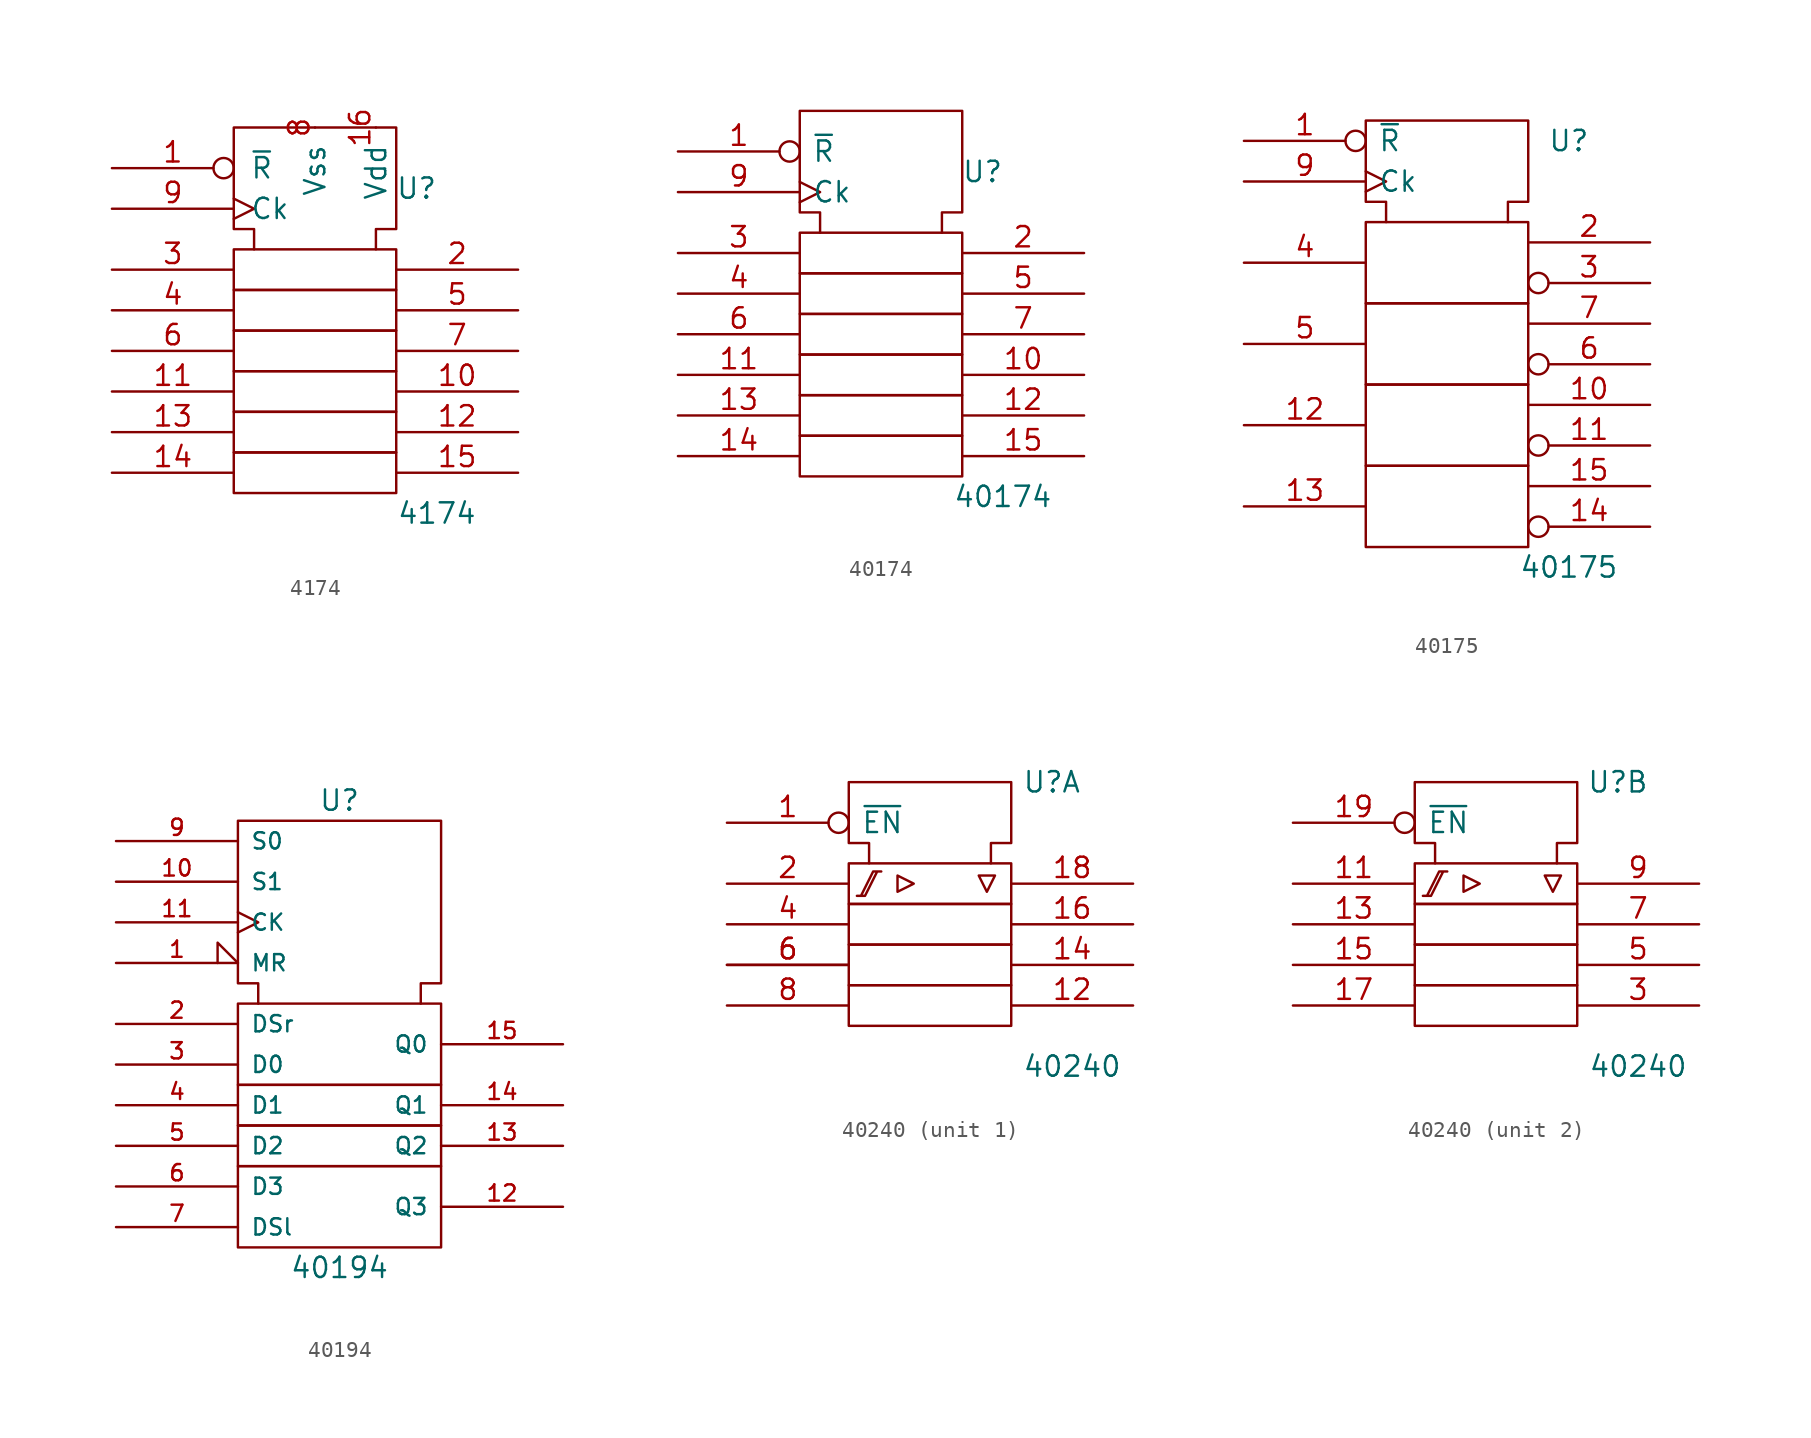
<source format=kicad_sym>
(kicad_symbol_lib
  (version 20211014)
  (generator kicad_symbol_editor)
  (symbol "4174"
    (pin_names
      (offset 1.016))
    (property "Reference" "U"
      (at 6.35 8.89 0)
      (effects (font (size 1.27 1.27))))
    (property "Value" "4174"
      (at 7.62 -11.43 0)
      (effects (font (size 1.27 1.27))))
    (symbol "4174_0_0"
      (pin input inverted (at -12.7 10.16 0) (length 7.62) (name "~{R}" (effects (font (size 1.27 1.27)))) (number "1" (effects (font (size 1.27 1.27)))))
      (pin power_in line (at 3.81 12.7 270) (length 0) (name "Vdd" (effects (font (size 1.27 1.27)))) (number "16" (effects (font (size 1.27 1.27)))))
      (pin power_in line (at 0 12.7 270) (length 0) (name "Vss" (effects (font (size 1.27 1.27)))) (number "8" (effects (font (size 1.27 1.27)))))
      (pin input clock (at -12.7 7.62 0) (length 7.62) (name "Ck" (effects (font (size 1.27 1.27)))) (number "9" (effects (font (size 1.27 1.27))))))
    (symbol "4174_0_1"
      (rectangle (start -5.08 -7.62) (end 5.08 -10.16) (stroke (width 0) (type default) (color 0 0 0 0)) (fill (type none)))
      (rectangle (start -5.08 -5.08) (end 5.08 -7.62) (stroke (width 0) (type default) (color 0 0 0 0)) (fill (type none)))
      (rectangle (start -5.08 -2.54) (end 5.08 -5.08) (stroke (width 0) (type default) (color 0 0 0 0)) (fill (type none)))
      (rectangle (start -5.08 0) (end 5.08 -2.54) (stroke (width 0) (type default) (color 0 0 0 0)) (fill (type none)))
      (rectangle (start -5.08 2.54) (end 5.08 0) (stroke (width 0) (type default) (color 0 0 0 0)) (fill (type none)))
      (rectangle (start -5.08 5.08) (end 5.08 2.54) (stroke (width 0) (type default) (color 0 0 0 0)) (fill (type none)))
      (polyline (pts (xy -3.81 5.08) (xy -3.81 6.35) (xy -5.08 6.35) (xy -5.08 12.7) (xy 5.08 12.7) (xy 5.08 6.35) (xy 3.81 6.35) (xy 3.81 5.08) (xy 3.81 5.08)) (stroke (width 0) (type default) (color 0 0 0 0)) (fill (type none))))
    (symbol "4174_1_0"
      (pin output line (at 12.7 -3.81 180) (length 7.62) (name "~" (effects (font (size 1.27 1.27)))) (number "10" (effects (font (size 1.27 1.27)))))
      (pin input line (at -12.7 -3.81 0) (length 7.62) (name "~" (effects (font (size 1.27 1.27)))) (number "11" (effects (font (size 1.27 1.27)))))
      (pin output line (at 12.7 -6.35 180) (length 7.62) (name "~" (effects (font (size 1.27 1.27)))) (number "12" (effects (font (size 1.27 1.27)))))
      (pin input line (at -12.7 -6.35 0) (length 7.62) (name "~" (effects (font (size 1.27 1.27)))) (number "13" (effects (font (size 1.27 1.27)))))
      (pin input line (at -12.7 -8.89 0) (length 7.62) (name "~" (effects (font (size 1.27 1.27)))) (number "14" (effects (font (size 1.27 1.27)))))
      (pin output line (at 12.7 -8.89 180) (length 7.62) (name "~" (effects (font (size 1.27 1.27)))) (number "15" (effects (font (size 1.27 1.27)))))
      (pin output line (at 12.7 3.81 180) (length 7.62) (name "~" (effects (font (size 1.27 1.27)))) (number "2" (effects (font (size 1.27 1.27)))))
      (pin input line (at -12.7 3.81 0) (length 7.62) (name "~" (effects (font (size 1.27 1.27)))) (number "3" (effects (font (size 1.27 1.27)))))
      (pin input line (at -12.7 1.27 0) (length 7.62) (name "~" (effects (font (size 1.27 1.27)))) (number "4" (effects (font (size 1.27 1.27)))))
      (pin output line (at 12.7 1.27 180) (length 7.62) (name "~" (effects (font (size 1.27 1.27)))) (number "5" (effects (font (size 1.27 1.27)))))
      (pin input line (at -12.7 -1.27 0) (length 7.62) (name "~" (effects (font (size 1.27 1.27)))) (number "6" (effects (font (size 1.27 1.27)))))
      (pin output line (at 12.7 -1.27 180) (length 7.62) (name "~" (effects (font (size 1.27 1.27)))) (number "7" (effects (font (size 1.27 1.27)))))))
  (symbol "40174"
    (pin_names
      (offset 0.762))
    (property "Reference" "U"
      (at 6.35 8.89 0)
      (effects (font (size 1.27 1.27))))
    (property "Value" "40174"
      (at 7.62 -11.43 0)
      (effects (font (size 1.27 1.27))))
    (symbol "40174_0_0"
      (pin input inverted (at -12.7 10.16 0) (length 7.62) (name "~{R}" (effects (font (size 1.27 1.27)))) (number "1" (effects (font (size 1.27 1.27)))))
      (pin power_in line (at 3.81 12.7 270) (length 0) hide (name "Vdd" (effects (font (size 1.27 1.27)))) (number "16" (effects (font (size 1.27 1.27)))))
      (pin power_in line (at 0 12.7 270) (length 0) hide (name "Vss" (effects (font (size 1.27 1.27)))) (number "8" (effects (font (size 1.27 1.27)))))
      (pin input clock (at -12.7 7.62 0) (length 7.62) (name "Ck" (effects (font (size 1.27 1.27)))) (number "9" (effects (font (size 1.27 1.27))))))
    (symbol "40174_0_1"
      (rectangle (start -5.08 -7.62) (end 5.08 -10.16) (stroke (width 0) (type default) (color 0 0 0 0)) (fill (type none)))
      (rectangle (start -5.08 -5.08) (end 5.08 -7.62) (stroke (width 0) (type default) (color 0 0 0 0)) (fill (type none)))
      (rectangle (start -5.08 -2.54) (end 5.08 -5.08) (stroke (width 0) (type default) (color 0 0 0 0)) (fill (type none)))
      (rectangle (start -5.08 0) (end 5.08 -2.54) (stroke (width 0) (type default) (color 0 0 0 0)) (fill (type none)))
      (rectangle (start -5.08 2.54) (end 5.08 0) (stroke (width 0) (type default) (color 0 0 0 0)) (fill (type none)))
      (rectangle (start -5.08 5.08) (end 5.08 2.54) (stroke (width 0) (type default) (color 0 0 0 0)) (fill (type none)))
      (polyline (pts (xy -3.81 5.08) (xy -3.81 6.35) (xy -5.08 6.35) (xy -5.08 12.7) (xy 5.08 12.7) (xy 5.08 6.35) (xy 3.81 6.35) (xy 3.81 5.08) (xy 3.81 5.08)) (stroke (width 0) (type default) (color 0 0 0 0)) (fill (type none))))
    (symbol "40174_1_0"
      (pin output line (at 12.7 -3.81 180) (length 7.62) (name "~" (effects (font (size 1.27 1.27)))) (number "10" (effects (font (size 1.27 1.27)))))
      (pin input line (at -12.7 -3.81 0) (length 7.62) (name "~" (effects (font (size 1.27 1.27)))) (number "11" (effects (font (size 1.27 1.27)))))
      (pin output line (at 12.7 -6.35 180) (length 7.62) (name "~" (effects (font (size 1.27 1.27)))) (number "12" (effects (font (size 1.27 1.27)))))
      (pin input line (at -12.7 -6.35 0) (length 7.62) (name "~" (effects (font (size 1.27 1.27)))) (number "13" (effects (font (size 1.27 1.27)))))
      (pin input line (at -12.7 -8.89 0) (length 7.62) (name "~" (effects (font (size 1.27 1.27)))) (number "14" (effects (font (size 1.27 1.27)))))
      (pin output line (at 12.7 -8.89 180) (length 7.62) (name "~" (effects (font (size 1.27 1.27)))) (number "15" (effects (font (size 1.27 1.27)))))
      (pin output line (at 12.7 3.81 180) (length 7.62) (name "~" (effects (font (size 1.27 1.27)))) (number "2" (effects (font (size 1.27 1.27)))))
      (pin input line (at -12.7 3.81 0) (length 7.62) (name "~" (effects (font (size 1.27 1.27)))) (number "3" (effects (font (size 1.27 1.27)))))
      (pin input line (at -12.7 1.27 0) (length 7.62) (name "~" (effects (font (size 1.27 1.27)))) (number "4" (effects (font (size 1.27 1.27)))))
      (pin output line (at 12.7 1.27 180) (length 7.62) (name "~" (effects (font (size 1.27 1.27)))) (number "5" (effects (font (size 1.27 1.27)))))
      (pin input line (at -12.7 -1.27 0) (length 7.62) (name "~" (effects (font (size 1.27 1.27)))) (number "6" (effects (font (size 1.27 1.27)))))
      (pin output line (at 12.7 -1.27 180) (length 7.62) (name "~" (effects (font (size 1.27 1.27)))) (number "7" (effects (font (size 1.27 1.27)))))))
  (symbol "40175"
    (pin_names
      (offset 0.762))
    (property "Reference" "U"
      (at 7.62 11.43 0)
      (effects (font (size 1.27 1.27))))
    (property "Value" "40175"
      (at 7.62 -15.24 0)
      (effects (font (size 1.27 1.27))))
    (symbol "40175_0_1"
      (rectangle (start -5.08 -8.89) (end 5.08 -13.97) (stroke (width 0) (type default) (color 0 0 0 0)) (fill (type none)))
      (rectangle (start -5.08 1.27) (end 5.08 -3.81) (stroke (width 0) (type default) (color 0 0 0 0)) (fill (type none)))
      (polyline (pts (xy -3.81 6.35) (xy -3.81 7.62) (xy -5.08 7.62) (xy -5.08 12.7) (xy 5.08 12.7) (xy 5.08 7.62) (xy 3.81 7.62) (xy 3.81 6.35) (xy 3.81 6.35)) (stroke (width 0) (type default) (color 0 0 0 0)) (fill (type none)))
      (rectangle (start 5.08 -3.81) (end -5.08 -8.89) (stroke (width 0) (type default) (color 0 0 0 0)) (fill (type none)))
      (rectangle (start 5.08 6.35) (end -5.08 1.27) (stroke (width 0) (type default) (color 0 0 0 0)) (fill (type none))))
    (symbol "40175_1_0"
      (pin input inverted (at -12.7 11.43 0) (length 7.62) (name "~{R}" (effects (font (size 1.27 1.27)))) (number "1" (effects (font (size 1.27 1.27)))))
      (pin output line (at 12.7 -5.08 180) (length 7.62) (name "~" (effects (font (size 1.27 1.27)))) (number "10" (effects (font (size 1.27 1.27)))))
      (pin output inverted (at 12.7 -7.62 180) (length 7.62) (name "~" (effects (font (size 1.27 1.27)))) (number "11" (effects (font (size 1.27 1.27)))))
      (pin input line (at -12.7 -6.35 0) (length 7.62) (name "~" (effects (font (size 1.27 1.27)))) (number "12" (effects (font (size 1.27 1.27)))))
      (pin input line (at -12.7 -11.43 0) (length 7.62) (name "~" (effects (font (size 1.27 1.27)))) (number "13" (effects (font (size 1.27 1.27)))))
      (pin output inverted (at 12.7 -12.7 180) (length 7.62) (name "~" (effects (font (size 1.27 1.27)))) (number "14" (effects (font (size 1.27 1.27)))))
      (pin output line (at 12.7 -10.16 180) (length 7.62) (name "~" (effects (font (size 1.27 1.27)))) (number "15" (effects (font (size 1.27 1.27)))))
      (pin power_in line (at 3.81 12.7 270) (length 0) hide (name "Vdd" (effects (font (size 1.27 1.27)))) (number "16" (effects (font (size 1.27 1.27)))))
      (pin output line (at 12.7 5.08 180) (length 7.62) (name "~" (effects (font (size 1.27 1.27)))) (number "2" (effects (font (size 1.27 1.27)))))
      (pin output inverted (at 12.7 2.54 180) (length 7.62) (name "~" (effects (font (size 1.27 1.27)))) (number "3" (effects (font (size 1.27 1.27)))))
      (pin input line (at -12.7 3.81 0) (length 7.62) (name "~" (effects (font (size 1.27 1.27)))) (number "4" (effects (font (size 1.27 1.27)))))
      (pin input line (at -12.7 -1.27 0) (length 7.62) (name "~" (effects (font (size 1.27 1.27)))) (number "5" (effects (font (size 1.27 1.27)))))
      (pin output inverted (at 12.7 -2.54 180) (length 7.62) (name "~" (effects (font (size 1.27 1.27)))) (number "6" (effects (font (size 1.27 1.27)))))
      (pin output line (at 12.7 0 180) (length 7.62) (name "~" (effects (font (size 1.27 1.27)))) (number "7" (effects (font (size 1.27 1.27)))))
      (pin power_in line (at 0 12.7 270) (length 0) hide (name "Vss" (effects (font (size 1.27 1.27)))) (number "8" (effects (font (size 1.27 1.27)))))
      (pin input clock (at -12.7 8.89 0) (length 7.62) (name "Ck" (effects (font (size 1.27 1.27)))) (number "9" (effects (font (size 1.27 1.27)))))))
  (symbol "40194"
    (pin_names
      (offset 0.762))
    (property "Reference" "U"
      (at 0 13.97 0)
      (effects (font (size 1.27 1.27))))
    (property "Value" "40194"
      (at 0 -15.24 0)
      (effects (font (size 1.27 1.27))))
    (symbol "40194_0_0"
      (rectangle (start -6.35 -8.89) (end 6.35 -13.97) (stroke (width 0) (type default) (color 0 0 0 0)) (fill (type none)))
      (rectangle (start -6.35 -6.35) (end 6.35 -8.89) (stroke (width 0) (type default) (color 0 0 0 0)) (fill (type none))))
    (symbol "40194_0_1"
      (rectangle (start -6.35 -3.81) (end 6.35 -6.35) (stroke (width 0) (type default) (color 0 0 0 0)) (fill (type none)))
      (rectangle (start -6.35 1.27) (end 6.35 -3.81) (stroke (width 0) (type default) (color 0 0 0 0)) (fill (type none)))
      (polyline (pts (xy -5.08 1.27) (xy -5.08 2.54) (xy -6.35 2.54) (xy -6.35 12.7) (xy 6.35 12.7) (xy 6.35 2.54) (xy 5.08 2.54) (xy 5.08 1.27) (xy 5.08 1.27)) (stroke (width 0) (type default) (color 0 0 0 0)) (fill (type none)))
      (pin power_in line (at 3.81 12.7 270) (length 0) hide (name "Vdd" (effects (font (size 1.016 1.016)))) (number "16" (effects (font (size 1.016 1.016)))))
      (pin power_in line (at 0 12.7 270) (length 0) hide (name "Vss" (effects (font (size 1.016 1.016)))) (number "8" (effects (font (size 1.016 1.016))))))
    (symbol "40194_1_1"
      (pin input input_low (at -13.97 3.81 0) (length 7.62) (name "MR" (effects (font (size 1.016 1.016)))) (number "1" (effects (font (size 1.016 1.016)))))
      (pin input line (at -13.97 8.89 0) (length 7.62) (name "S1" (effects (font (size 1.016 1.016)))) (number "10" (effects (font (size 1.016 1.016)))))
      (pin input clock (at -13.97 6.35 0) (length 7.62) (name "CK" (effects (font (size 1.016 1.016)))) (number "11" (effects (font (size 1.016 1.016)))))
      (pin output line (at 13.97 -11.43 180) (length 7.62) (name "Q3" (effects (font (size 1.016 1.016)))) (number "12" (effects (font (size 1.016 1.016)))))
      (pin output line (at 13.97 -7.62 180) (length 7.62) (name "Q2" (effects (font (size 1.016 1.016)))) (number "13" (effects (font (size 1.016 1.016)))))
      (pin output line (at 13.97 -5.08 180) (length 7.62) (name "Q1" (effects (font (size 1.016 1.016)))) (number "14" (effects (font (size 1.016 1.016)))))
      (pin output line (at 13.97 -1.27 180) (length 7.62) (name "Q0" (effects (font (size 1.016 1.016)))) (number "15" (effects (font (size 1.016 1.016)))))
      (pin input line (at -13.97 0 0) (length 7.62) (name "DSr" (effects (font (size 1.016 1.016)))) (number "2" (effects (font (size 1.016 1.016)))))
      (pin input line (at -13.97 -2.54 0) (length 7.62) (name "D0" (effects (font (size 1.016 1.016)))) (number "3" (effects (font (size 1.016 1.016)))))
      (pin input line (at -13.97 -5.08 0) (length 7.62) (name "D1" (effects (font (size 1.016 1.016)))) (number "4" (effects (font (size 1.016 1.016)))))
      (pin input line (at -13.97 -7.62 0) (length 7.62) (name "D2" (effects (font (size 1.016 1.016)))) (number "5" (effects (font (size 1.016 1.016)))))
      (pin input line (at -13.97 -10.16 0) (length 7.62) (name "D3" (effects (font (size 1.016 1.016)))) (number "6" (effects (font (size 1.016 1.016)))))
      (pin input line (at -13.97 -12.7 0) (length 7.62) (name "DSl" (effects (font (size 1.016 1.016)))) (number "7" (effects (font (size 1.016 1.016)))))
      (pin input line (at -13.97 11.43 0) (length 7.62) (name "S0" (effects (font (size 1.016 1.016)))) (number "9" (effects (font (size 1.016 1.016)))))))
  (symbol "40240"
    (pin_names
      (offset 0.762))
    (property "Reference" "U"
      (at 7.62 8.89 0)
      (effects (font (size 1.27 1.27))))
    (property "Value" "40240"
      (at 8.89 -8.89 0)
      (effects (font (size 1.27 1.27))))
    (symbol "40240_0_0"
      (polyline (pts (xy -2.032 3.048) (xy -2.032 2.032) (xy -1.016 2.54) (xy -2.032 3.048) (xy -2.032 3.048)) (stroke (width 0) (type default) (color 0 0 0 0)) (fill (type none)))
      (polyline (pts (xy 3.048 3.048) (xy 4.064 3.048) (xy 3.556 2.032) (xy 3.048 3.048) (xy 3.048 3.048)) (stroke (width 0) (type default) (color 0 0 0 0)) (fill (type none)))
      (polyline (pts (xy -4.572 1.778) (xy -4.064 1.778) (xy -3.302 3.302) (xy -3.048 3.302) (xy -3.556 3.302) (xy -4.318 1.778) (xy -4.318 1.778)) (stroke (width 0) (type default) (color 0 0 0 0)) (fill (type none))))
    (symbol "40240_0_1"
      (rectangle (start -5.08 -3.81) (end 5.08 -6.35) (stroke (width 0) (type default) (color 0 0 0 0)) (fill (type none)))
      (rectangle (start -5.08 -1.27) (end 5.08 -3.81) (stroke (width 0) (type default) (color 0 0 0 0)) (fill (type none)))
      (rectangle (start -5.08 1.27) (end 5.08 -1.27) (stroke (width 0) (type default) (color 0 0 0 0)) (fill (type none)))
      (rectangle (start -5.08 3.81) (end 5.08 1.27) (stroke (width 0) (type default) (color 0 0 0 0)) (fill (type none)))
      (polyline (pts (xy -3.81 3.81) (xy -3.81 5.08) (xy -5.08 5.08) (xy -5.08 8.89) (xy 5.08 8.89) (xy 5.08 5.08) (xy 3.81 5.08) (xy 3.81 3.81) (xy 3.81 3.81)) (stroke (width 0) (type default) (color 0 0 0 0)) (fill (type none)))
      (pin power_in line (at -1.27 8.89 270) (length 0) hide (name "Vss" (effects (font (size 1.27 1.27)))) (number "10" (effects (font (size 1.27 1.27)))))
      (pin power_in line (at 2.54 8.89 270) (length 0) hide (name "Vdd" (effects (font (size 1.27 1.27)))) (number "20" (effects (font (size 1.27 1.27))))))
    (symbol "40240_1_0"
      (pin output line (at 12.7 -5.08 180) (length 7.62) (name "~" (effects (font (size 1.27 1.27)))) (number "12" (effects (font (size 1.27 1.27)))))
      (pin output line (at 12.7 -2.54 180) (length 7.62) (name "~" (effects (font (size 1.27 1.27)))) (number "14" (effects (font (size 1.27 1.27)))))
      (pin output line (at 12.7 0 180) (length 7.62) (name "~" (effects (font (size 1.27 1.27)))) (number "16" (effects (font (size 1.27 1.27)))))
      (pin output line (at 12.7 2.54 180) (length 7.62) (name "~" (effects (font (size 1.27 1.27)))) (number "18" (effects (font (size 1.27 1.27)))))
      (pin input line (at -12.7 0 0) (length 7.62) (name "~" (effects (font (size 1.27 1.27)))) (number "4" (effects (font (size 1.27 1.27)))))
      (pin input line (at -12.7 -2.54 0) (length 7.62) (name "~" (effects (font (size 1.27 1.27)))) (number "6" (effects (font (size 1.27 1.27))))))
    (symbol "40240_1_1"
      (pin input inverted (at -12.7 6.35 0) (length 7.62) (name "~{EN}" (effects (font (size 1.27 1.27)))) (number "1" (effects (font (size 1.27 1.27)))))
      (pin input line (at -12.7 2.54 0) (length 7.62) (name "~" (effects (font (size 1.27 1.27)))) (number "2" (effects (font (size 1.27 1.27)))))
      (pin input line (at -12.7 -2.54 0) (length 7.62) (name "~" (effects (font (size 1.27 1.27)))) (number "6" (effects (font (size 1.27 1.27)))))
      (pin input line (at -12.7 -5.08 0) (length 7.62) (name "~" (effects (font (size 1.27 1.27)))) (number "8" (effects (font (size 1.27 1.27))))))
    (symbol "40240_2_0"
      (pin input line (at -12.7 2.54 0) (length 7.62) (name "~" (effects (font (size 1.27 1.27)))) (number "11" (effects (font (size 1.27 1.27)))))
      (pin input line (at -12.7 -2.54 0) (length 7.62) (name "~" (effects (font (size 1.27 1.27)))) (number "15" (effects (font (size 1.27 1.27)))))
      (pin input line (at -12.7 -5.08 0) (length 7.62) (name "~" (effects (font (size 1.27 1.27)))) (number "17" (effects (font (size 1.27 1.27)))))
      (pin input inverted (at -12.7 6.35 0) (length 7.62) (name "~{EN}" (effects (font (size 1.27 1.27)))) (number "19" (effects (font (size 1.27 1.27))))))
    (symbol "40240_2_1"
      (pin input line (at -12.7 0 0) (length 7.62) (name "~" (effects (font (size 1.27 1.27)))) (number "13" (effects (font (size 1.27 1.27)))))
      (pin output line (at 12.7 -5.08 180) (length 7.62) (name "~" (effects (font (size 1.27 1.27)))) (number "3" (effects (font (size 1.27 1.27)))))
      (pin output line (at 12.7 -2.54 180) (length 7.62) (name "~" (effects (font (size 1.27 1.27)))) (number "5" (effects (font (size 1.27 1.27)))))
      (pin output line (at 12.7 0 180) (length 7.62) (name "~" (effects (font (size 1.27 1.27)))) (number "7" (effects (font (size 1.27 1.27)))))
      (pin output line (at 12.7 2.54 180) (length 7.62) (name "~" (effects (font (size 1.27 1.27)))) (number "9" (effects (font (size 1.27 1.27))))))))
</source>
